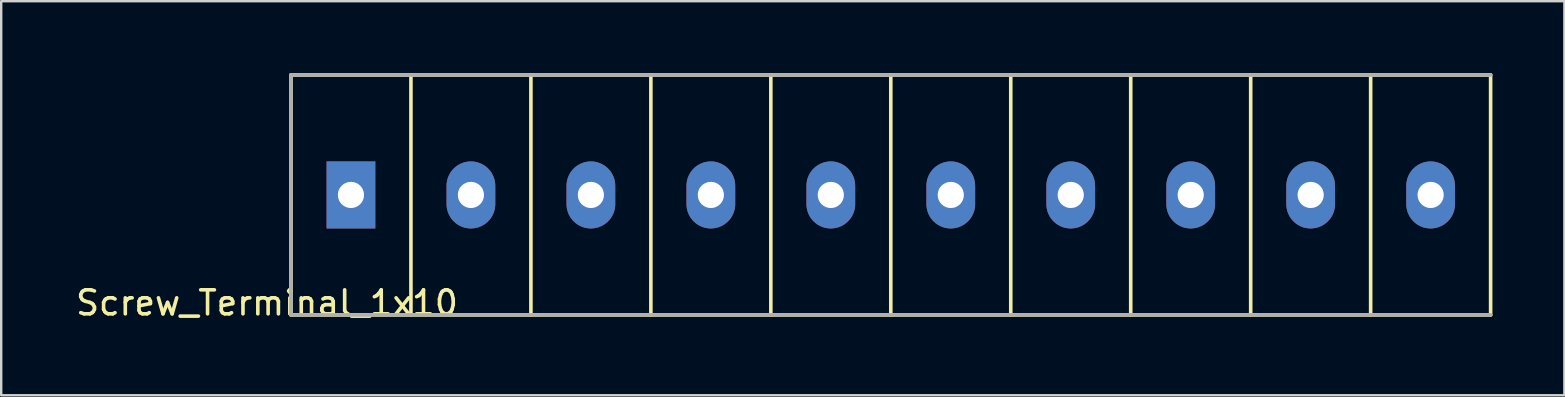
<source format=kicad_pcb>
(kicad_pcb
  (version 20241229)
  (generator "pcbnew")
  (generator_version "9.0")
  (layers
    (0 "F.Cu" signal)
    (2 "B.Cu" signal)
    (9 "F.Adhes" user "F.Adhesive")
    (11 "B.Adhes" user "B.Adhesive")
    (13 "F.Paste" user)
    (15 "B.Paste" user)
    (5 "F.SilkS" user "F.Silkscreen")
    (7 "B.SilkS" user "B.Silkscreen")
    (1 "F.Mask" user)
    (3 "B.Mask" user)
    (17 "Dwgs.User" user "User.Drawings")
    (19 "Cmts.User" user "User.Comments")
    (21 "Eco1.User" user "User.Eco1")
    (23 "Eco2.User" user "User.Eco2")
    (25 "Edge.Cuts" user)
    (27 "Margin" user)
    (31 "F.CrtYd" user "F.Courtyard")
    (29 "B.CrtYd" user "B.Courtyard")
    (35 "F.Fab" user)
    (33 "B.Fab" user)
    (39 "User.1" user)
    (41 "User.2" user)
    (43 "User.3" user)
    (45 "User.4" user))
  (footprint "Screw_Terminal_1x10"
    (layer "F.Cu")
    (at 34.077 5.075)
    (property "Reference" "Screw_Terminal_1x10" (at -26 4.5 180) (layer "F.SilkS") (effects (font (size 1 1) (thickness 0.15))))
    (attr through_hole)
    (fp_line (start -25 -5) (end -25 5) (stroke (width 0.15) (type solid)) (layer "F.SilkS"))
    (fp_line (start -25 5) (end 25 5) (stroke (width 0.15) (type solid)) (layer "F.SilkS"))
    (fp_line (start -20 -5) (end -20 5) (stroke (width 0.15) (type solid)) (layer "F.SilkS"))
    (fp_line (start -15 -5) (end -15 5) (stroke (width 0.15) (type solid)) (layer "F.SilkS"))
    (fp_line (start -10 -5) (end -10 5) (stroke (width 0.15) (type solid)) (layer "F.SilkS"))
    (fp_line (start -5 -5) (end -5 5) (stroke (width 0.15) (type solid)) (layer "F.SilkS"))
    (fp_line (start 0 -5) (end 0 5) (stroke (width 0.15) (type solid)) (layer "F.SilkS"))
    (fp_line (start 5 -5) (end 5 5) (stroke (width 0.15) (type solid)) (layer "F.SilkS"))
    (fp_line (start 10 -5) (end 10 5) (stroke (width 0.15) (type solid)) (layer "F.SilkS"))
    (fp_line (start 15 -5) (end 15 5) (stroke (width 0.15) (type solid)) (layer "F.SilkS"))
    (fp_line (start 20 -5) (end 20 5) (stroke (width 0.15) (type solid)) (layer "F.SilkS"))
    (fp_line (start 25 -5) (end -25 -5) (stroke (width 0.15) (type solid)) (layer "F.SilkS"))
    (fp_line (start 25 -5) (end 25 5) (stroke (width 0.15) (type solid)) (layer "F.SilkS"))
    (fp_line (start -25 -5) (end 25 -5) (stroke (width 0.15) (type solid)) (layer "F.Fab"))
    (fp_line (start -25 5) (end -25 -5) (stroke (width 0.15) (type solid)) (layer "F.Fab"))
    (fp_line (start 25 5) (end -25 5) (stroke (width 0.15) (type solid)) (layer "F.Fab"))
    (pad "1" thru_hole rect (at -22.5 0) (size 2.032 2.794) (drill 1.092) (layers "*.Cu" "*.Mask"))
    (pad "2" thru_hole oval (at -17.5 0) (size 2.032 2.794) (drill 1.092) (layers "*.Cu" "*.Mask"))
    (pad "3" thru_hole oval (at -12.5 0) (size 2.032 2.794) (drill 1.092) (layers "*.Cu" "*.Mask"))
    (pad "4" thru_hole oval (at -7.5 0) (size 2.032 2.794) (drill 1.092) (layers "*.Cu" "*.Mask"))
    (pad "5" thru_hole oval (at -2.5 0) (size 2.032 2.794) (drill 1.092) (layers "*.Cu" "*.Mask"))
    (pad "6" thru_hole oval (at 2.5 0) (size 2.032 2.794) (drill 1.092) (layers "*.Cu" "*.Mask"))
    (pad "7" thru_hole oval (at 7.5 0) (size 2.032 2.794) (drill 1.092) (layers "*.Cu" "*.Mask"))
    (pad "8" thru_hole oval (at 12.5 0) (size 2.032 2.794) (drill 1.092) (layers "*.Cu" "*.Mask"))
    (pad "9" thru_hole oval (at 17.5 0) (size 2.032 2.794) (drill 1.092) (layers "*.Cu" "*.Mask"))
    (pad "10" thru_hole oval (at 22.5 0) (size 2.032 2.794) (drill 1.092) (layers "*.Cu" "*.Mask")))
  (gr_rect
    (start -3 -3)
    (end 62.152 13.423)
    (stroke (width 0.1) (type default))
    (fill no)
    (layer "Edge.Cuts")))
</source>
